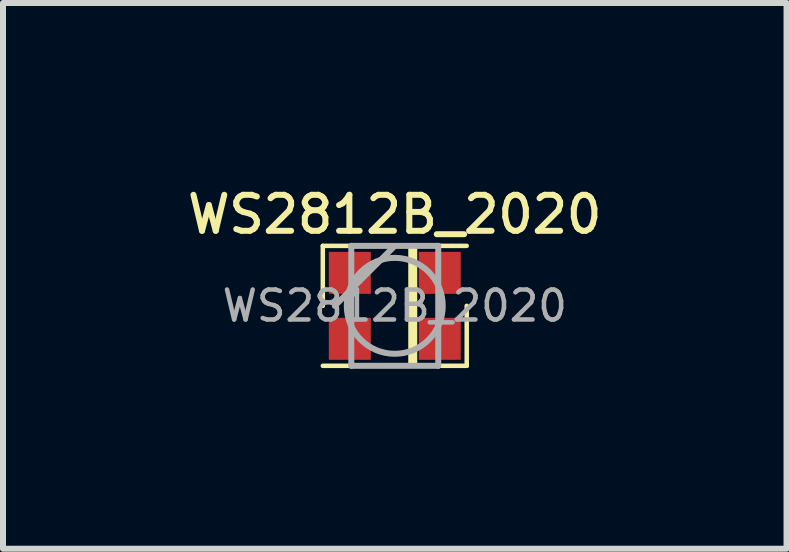
<source format=kicad_pcb>
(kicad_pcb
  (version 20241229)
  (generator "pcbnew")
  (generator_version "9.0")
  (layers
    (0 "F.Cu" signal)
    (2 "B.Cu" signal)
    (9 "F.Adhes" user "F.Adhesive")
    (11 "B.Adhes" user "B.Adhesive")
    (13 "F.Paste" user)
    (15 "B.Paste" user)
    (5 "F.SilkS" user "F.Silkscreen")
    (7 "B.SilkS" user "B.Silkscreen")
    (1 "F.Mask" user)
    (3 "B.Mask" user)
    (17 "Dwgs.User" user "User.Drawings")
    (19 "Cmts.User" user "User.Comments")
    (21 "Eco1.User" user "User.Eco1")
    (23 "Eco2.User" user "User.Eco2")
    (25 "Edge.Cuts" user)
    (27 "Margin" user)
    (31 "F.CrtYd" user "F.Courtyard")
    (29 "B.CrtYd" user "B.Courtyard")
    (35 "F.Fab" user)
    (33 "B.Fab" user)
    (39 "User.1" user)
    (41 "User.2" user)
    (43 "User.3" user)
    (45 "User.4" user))
  (footprint "WS2812B_2020"
    (layer "F.Cu")
    (at 3.533 2.05)
    (property "Reference" "WS2812B_2020" (at 0 -1.524 0) (layer "F.SilkS") (effects (font (size 0.6 0.6) (thickness 0.1))))
    (attr smd)
    (fp_line (start -1.2 -1) (end 1.2 -1) (stroke (width 0.075) (type solid)) (layer "F.SilkS"))
    (fp_line (start -1.2 0) (end -1.2 -1) (stroke (width 0.075) (type solid)) (layer "F.SilkS"))
    (fp_line (start -1.2 1) (end 1.2 1) (stroke (width 0.075) (type solid)) (layer "F.SilkS"))
    (fp_line (start 0.3 0.95) (end 0.3 -0.95) (stroke (width 0.15) (type solid)) (layer "F.SilkS"))
    (fp_line (start 1.2 0) (end 1.2 1) (stroke (width 0.075) (type solid)) (layer "F.SilkS"))
    (fp_line (start -0.725 -1) (end -0.725 1) (stroke (width 0.1) (type solid)) (layer "F.Fab"))
    (fp_line (start -0.725 1) (end 0.725 1) (stroke (width 0.1) (type solid)) (layer "F.Fab"))
    (fp_line (start 0 -1) (end -1 0) (stroke (width 0.1) (type solid)) (layer "F.Fab"))
    (fp_line (start 0.725 -1) (end -0.725 -1) (stroke (width 0.1) (type solid)) (layer "F.Fab"))
    (fp_line (start 0.725 1) (end 0.725 -1) (stroke (width 0.1) (type solid)) (layer "F.Fab"))
    (fp_circle (center 0 0) (end 0.8 0) (stroke (width 0.1) (type solid)) (fill no) (layer "F.Fab"))
    (fp_text user "${REFERENCE}" (at 0 0 0) (layer "F.Fab") (effects (font (size 0.5 0.5) (thickness 0.075))))
    (pad "1" smd rect (at 0.75 0.55) (size 0.7 0.7) (layers "F.Cu" "F.Mask" "F.Paste"))
    (pad "2" smd rect (at 0.75 -0.55) (size 0.7 0.7) (layers "F.Cu" "F.Mask" "F.Paste"))
    (pad "3" smd rect (at -0.75 -0.55) (size 0.7 0.7) (layers "F.Cu" "F.Mask" "F.Paste"))
    (pad "4" smd rect (at -0.75 0.55) (size 0.7 0.7) (layers "F.Cu" "F.Mask" "F.Paste")))
  (gr_rect
    (start -3 -3)
    (end 10.066 6.101)
    (stroke (width 0.1) (type default))
    (fill no)
    (layer "Edge.Cuts")))
</source>
